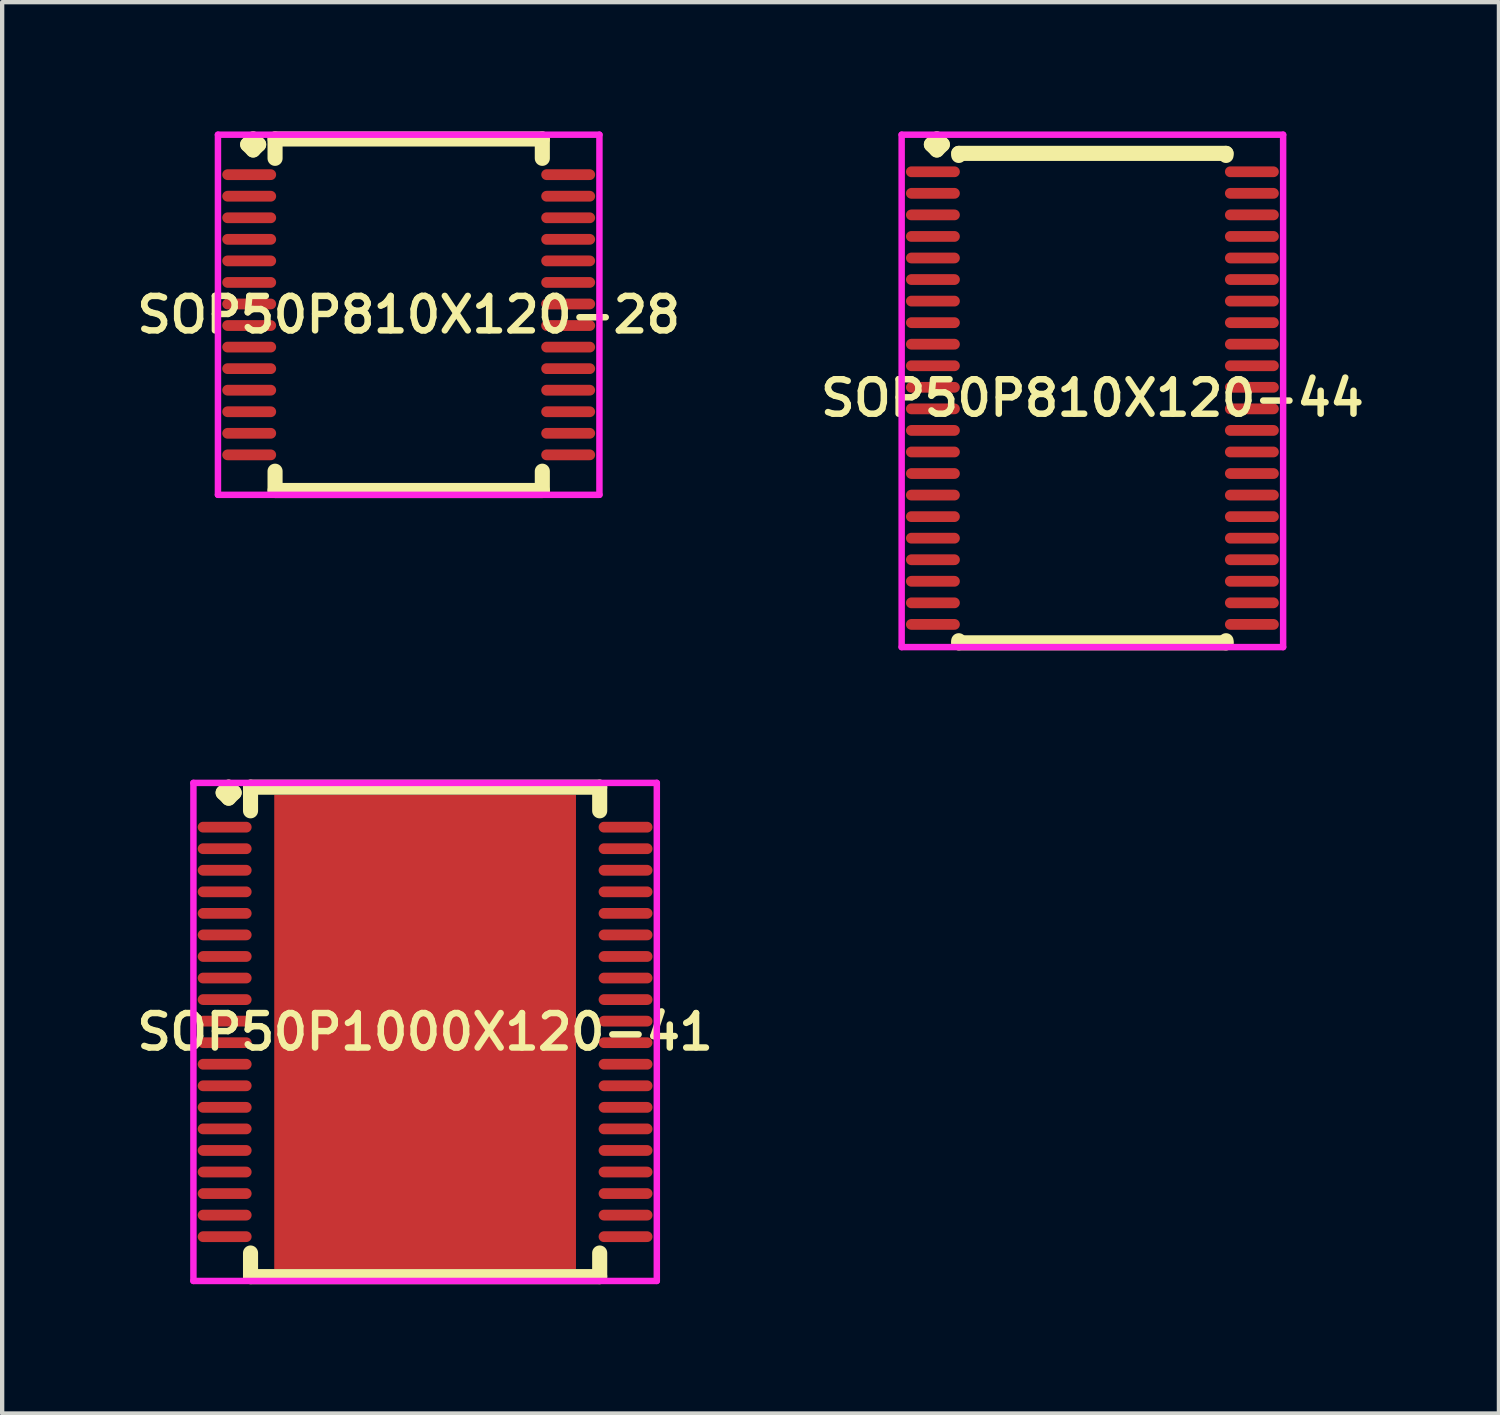
<source format=kicad_pcb>
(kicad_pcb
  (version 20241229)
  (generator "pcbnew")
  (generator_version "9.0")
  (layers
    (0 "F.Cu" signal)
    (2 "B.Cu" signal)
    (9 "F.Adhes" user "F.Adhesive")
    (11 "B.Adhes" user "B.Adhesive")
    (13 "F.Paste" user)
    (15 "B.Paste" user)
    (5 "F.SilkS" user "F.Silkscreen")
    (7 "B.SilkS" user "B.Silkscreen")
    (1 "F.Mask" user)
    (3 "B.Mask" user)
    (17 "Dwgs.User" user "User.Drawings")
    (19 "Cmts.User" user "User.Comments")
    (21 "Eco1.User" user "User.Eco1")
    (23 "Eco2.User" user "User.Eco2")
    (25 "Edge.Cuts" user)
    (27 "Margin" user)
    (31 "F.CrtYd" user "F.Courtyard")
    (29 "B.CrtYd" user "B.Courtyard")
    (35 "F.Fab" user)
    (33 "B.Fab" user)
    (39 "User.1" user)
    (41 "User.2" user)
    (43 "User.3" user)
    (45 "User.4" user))
  (footprint "SOP50P810X120-28"
    (layer "F.Cu")
    (at 6.431 4.252)
    (property "Reference" "SOP50P810X120-28" (at 0 0 0) (layer "F.SilkS") (effects (font (size 0.8 0.8) (thickness 0.15))))
    (attr smd)
    (fp_line (start -3.735 -3.95) (end -3.608 -4.077) (stroke (width 0.35) (type solid)) (layer "F.SilkS"))
    (fp_line (start -3.608 -4.077) (end -3.481 -3.95) (stroke (width 0.35) (type solid)) (layer "F.SilkS"))
    (fp_line (start -3.608 -3.823) (end -3.735 -3.95) (stroke (width 0.35) (type solid)) (layer "F.SilkS"))
    (fp_line (start -3.481 -3.95) (end -3.608 -3.823) (stroke (width 0.35) (type solid)) (layer "F.SilkS"))
    (fp_line (start -3.1 -4.077) (end 3.1 -4.077) (stroke (width 0.35) (type solid)) (layer "F.SilkS"))
    (fp_line (start -3.1 -3.629) (end -3.1 -4.077) (stroke (width 0.35) (type solid)) (layer "F.SilkS"))
    (fp_line (start -3.1 3.629) (end -3.1 4.077) (stroke (width 0.35) (type solid)) (layer "F.SilkS"))
    (fp_line (start -3.1 4.077) (end 3.1 4.077) (stroke (width 0.35) (type solid)) (layer "F.SilkS"))
    (fp_line (start 3.1 -4.077) (end 3.1 -3.629) (stroke (width 0.35) (type solid)) (layer "F.SilkS"))
    (fp_line (start 3.1 4.077) (end 3.1 3.629) (stroke (width 0.35) (type solid)) (layer "F.SilkS"))
    (fp_line (start -4.425 -4.177) (end 4.425 -4.177) (stroke (width 0.15) (type solid)) (layer "F.CrtYd"))
    (fp_line (start -4.425 4.177) (end -4.425 -4.177) (stroke (width 0.15) (type solid)) (layer "F.CrtYd"))
    (fp_line (start 4.425 -4.177) (end 4.425 4.177) (stroke (width 0.15) (type solid)) (layer "F.CrtYd"))
    (fp_line (start 4.425 4.177) (end -4.425 4.177) (stroke (width 0.15) (type solid)) (layer "F.CrtYd"))
    (pad "1" smd oval (at -3.7 -3.25) (size 1.25 0.25) (layers "F.Cu" "F.Mask" "F.Paste"))
    (pad "2" smd oval (at -3.7 -2.75) (size 1.25 0.25) (layers "F.Cu" "F.Mask" "F.Paste"))
    (pad "3" smd oval (at -3.7 -2.25) (size 1.25 0.25) (layers "F.Cu" "F.Mask" "F.Paste"))
    (pad "4" smd oval (at -3.7 -1.75) (size 1.25 0.25) (layers "F.Cu" "F.Mask" "F.Paste"))
    (pad "5" smd oval (at -3.7 -1.25) (size 1.25 0.25) (layers "F.Cu" "F.Mask" "F.Paste"))
    (pad "6" smd oval (at -3.7 -0.75) (size 1.25 0.25) (layers "F.Cu" "F.Mask" "F.Paste"))
    (pad "7" smd oval (at -3.7 -0.25) (size 1.25 0.25) (layers "F.Cu" "F.Mask" "F.Paste"))
    (pad "8" smd oval (at -3.7 0.25) (size 1.25 0.25) (layers "F.Cu" "F.Mask" "F.Paste"))
    (pad "9" smd oval (at -3.7 0.75) (size 1.25 0.25) (layers "F.Cu" "F.Mask" "F.Paste"))
    (pad "10" smd oval (at -3.7 1.25) (size 1.25 0.25) (layers "F.Cu" "F.Mask" "F.Paste"))
    (pad "11" smd oval (at -3.7 1.75) (size 1.25 0.25) (layers "F.Cu" "F.Mask" "F.Paste"))
    (pad "12" smd oval (at -3.7 2.25) (size 1.25 0.25) (layers "F.Cu" "F.Mask" "F.Paste"))
    (pad "13" smd oval (at -3.7 2.75) (size 1.25 0.25) (layers "F.Cu" "F.Mask" "F.Paste"))
    (pad "14" smd oval (at -3.7 3.25) (size 1.25 0.25) (layers "F.Cu" "F.Mask" "F.Paste"))
    (pad "15" smd oval (at 3.7 3.25) (size 1.25 0.25) (layers "F.Cu" "F.Mask" "F.Paste"))
    (pad "16" smd oval (at 3.7 2.75) (size 1.25 0.25) (layers "F.Cu" "F.Mask" "F.Paste"))
    (pad "17" smd oval (at 3.7 2.25) (size 1.25 0.25) (layers "F.Cu" "F.Mask" "F.Paste"))
    (pad "18" smd oval (at 3.7 1.75) (size 1.25 0.25) (layers "F.Cu" "F.Mask" "F.Paste"))
    (pad "19" smd oval (at 3.7 1.25) (size 1.25 0.25) (layers "F.Cu" "F.Mask" "F.Paste"))
    (pad "20" smd oval (at 3.7 0.75) (size 1.25 0.25) (layers "F.Cu" "F.Mask" "F.Paste"))
    (pad "21" smd oval (at 3.7 0.25) (size 1.25 0.25) (layers "F.Cu" "F.Mask" "F.Paste"))
    (pad "22" smd oval (at 3.7 -0.25) (size 1.25 0.25) (layers "F.Cu" "F.Mask" "F.Paste"))
    (pad "23" smd oval (at 3.7 -0.75) (size 1.25 0.25) (layers "F.Cu" "F.Mask" "F.Paste"))
    (pad "24" smd oval (at 3.7 -1.25) (size 1.25 0.25) (layers "F.Cu" "F.Mask" "F.Paste"))
    (pad "25" smd oval (at 3.7 -1.75) (size 1.25 0.25) (layers "F.Cu" "F.Mask" "F.Paste"))
    (pad "26" smd oval (at 3.7 -2.25) (size 1.25 0.25) (layers "F.Cu" "F.Mask" "F.Paste"))
    (pad "27" smd oval (at 3.7 -2.75) (size 1.25 0.25) (layers "F.Cu" "F.Mask" "F.Paste"))
    (pad "28" smd oval (at 3.7 -3.25) (size 1.25 0.25) (layers "F.Cu" "F.Mask" "F.Paste")))
  (footprint "SOP50P810X120-44"
    (layer "F.Cu")
    (at 22.292 6.185)
    (property "Reference" "SOP50P810X120-44" (at 0 0 0) (layer "F.SilkS") (effects (font (size 0.8 0.8) (thickness 0.15))))
    (attr smd)
    (fp_line (start -3.735 -5.883) (end -3.608 -6.01) (stroke (width 0.35) (type solid)) (layer "F.SilkS"))
    (fp_line (start -3.608 -6.01) (end -3.481 -5.883) (stroke (width 0.35) (type solid)) (layer "F.SilkS"))
    (fp_line (start -3.608 -5.756) (end -3.735 -5.883) (stroke (width 0.35) (type solid)) (layer "F.SilkS"))
    (fp_line (start -3.481 -5.883) (end -3.608 -5.756) (stroke (width 0.35) (type solid)) (layer "F.SilkS"))
    (fp_line (start -3.1 -5.677) (end 3.1 -5.677) (stroke (width 0.35) (type solid)) (layer "F.SilkS"))
    (fp_line (start -3.1 -5.629) (end -3.1 -5.677) (stroke (width 0.35) (type solid)) (layer "F.SilkS"))
    (fp_line (start -3.1 5.629) (end -3.1 5.677) (stroke (width 0.35) (type solid)) (layer "F.SilkS"))
    (fp_line (start -3.1 5.677) (end 3.1 5.677) (stroke (width 0.35) (type solid)) (layer "F.SilkS"))
    (fp_line (start 3.1 -5.677) (end 3.1 -5.629) (stroke (width 0.35) (type solid)) (layer "F.SilkS"))
    (fp_line (start 3.1 5.677) (end 3.1 5.629) (stroke (width 0.35) (type solid)) (layer "F.SilkS"))
    (fp_line (start -4.425 -6.11) (end 4.425 -6.11) (stroke (width 0.15) (type solid)) (layer "F.CrtYd"))
    (fp_line (start -4.425 5.777) (end -4.425 -6.11) (stroke (width 0.15) (type solid)) (layer "F.CrtYd"))
    (fp_line (start 4.425 -6.11) (end 4.425 5.777) (stroke (width 0.15) (type solid)) (layer "F.CrtYd"))
    (fp_line (start 4.425 5.777) (end -4.425 5.777) (stroke (width 0.15) (type solid)) (layer "F.CrtYd"))
    (pad "1" smd oval (at -3.7 -5.25) (size 1.25 0.25) (layers "F.Cu" "F.Mask" "F.Paste"))
    (pad "2" smd oval (at -3.7 -4.75) (size 1.25 0.25) (layers "F.Cu" "F.Mask" "F.Paste"))
    (pad "3" smd oval (at -3.7 -4.25) (size 1.25 0.25) (layers "F.Cu" "F.Mask" "F.Paste"))
    (pad "4" smd oval (at -3.7 -3.75) (size 1.25 0.25) (layers "F.Cu" "F.Mask" "F.Paste"))
    (pad "5" smd oval (at -3.7 -3.25) (size 1.25 0.25) (layers "F.Cu" "F.Mask" "F.Paste"))
    (pad "6" smd oval (at -3.7 -2.75) (size 1.25 0.25) (layers "F.Cu" "F.Mask" "F.Paste"))
    (pad "7" smd oval (at -3.7 -2.25) (size 1.25 0.25) (layers "F.Cu" "F.Mask" "F.Paste"))
    (pad "8" smd oval (at -3.7 -1.75) (size 1.25 0.25) (layers "F.Cu" "F.Mask" "F.Paste"))
    (pad "9" smd oval (at -3.7 -1.25) (size 1.25 0.25) (layers "F.Cu" "F.Mask" "F.Paste"))
    (pad "10" smd oval (at -3.7 -0.75) (size 1.25 0.25) (layers "F.Cu" "F.Mask" "F.Paste"))
    (pad "11" smd oval (at -3.7 -0.25) (size 1.25 0.25) (layers "F.Cu" "F.Mask" "F.Paste"))
    (pad "12" smd oval (at -3.7 0.25) (size 1.25 0.25) (layers "F.Cu" "F.Mask" "F.Paste"))
    (pad "13" smd oval (at -3.7 0.75) (size 1.25 0.25) (layers "F.Cu" "F.Mask" "F.Paste"))
    (pad "14" smd oval (at -3.7 1.25) (size 1.25 0.25) (layers "F.Cu" "F.Mask" "F.Paste"))
    (pad "15" smd oval (at -3.7 1.75) (size 1.25 0.25) (layers "F.Cu" "F.Mask" "F.Paste"))
    (pad "16" smd oval (at -3.7 2.25) (size 1.25 0.25) (layers "F.Cu" "F.Mask" "F.Paste"))
    (pad "17" smd oval (at -3.7 2.75) (size 1.25 0.25) (layers "F.Cu" "F.Mask" "F.Paste"))
    (pad "18" smd oval (at -3.7 3.25) (size 1.25 0.25) (layers "F.Cu" "F.Mask" "F.Paste"))
    (pad "19" smd oval (at -3.7 3.75) (size 1.25 0.25) (layers "F.Cu" "F.Mask" "F.Paste"))
    (pad "20" smd oval (at -3.7 4.25) (size 1.25 0.25) (layers "F.Cu" "F.Mask" "F.Paste"))
    (pad "21" smd oval (at -3.7 4.75) (size 1.25 0.25) (layers "F.Cu" "F.Mask" "F.Paste"))
    (pad "22" smd oval (at -3.7 5.25) (size 1.25 0.25) (layers "F.Cu" "F.Mask" "F.Paste"))
    (pad "23" smd oval (at 3.7 5.25) (size 1.25 0.25) (layers "F.Cu" "F.Mask" "F.Paste"))
    (pad "24" smd oval (at 3.7 4.75) (size 1.25 0.25) (layers "F.Cu" "F.Mask" "F.Paste"))
    (pad "25" smd oval (at 3.7 4.25) (size 1.25 0.25) (layers "F.Cu" "F.Mask" "F.Paste"))
    (pad "26" smd oval (at 3.7 3.75) (size 1.25 0.25) (layers "F.Cu" "F.Mask" "F.Paste"))
    (pad "27" smd oval (at 3.7 3.25) (size 1.25 0.25) (layers "F.Cu" "F.Mask" "F.Paste"))
    (pad "28" smd oval (at 3.7 2.75) (size 1.25 0.25) (layers "F.Cu" "F.Mask" "F.Paste"))
    (pad "29" smd oval (at 3.7 2.25) (size 1.25 0.25) (layers "F.Cu" "F.Mask" "F.Paste"))
    (pad "30" smd oval (at 3.7 1.75) (size 1.25 0.25) (layers "F.Cu" "F.Mask" "F.Paste"))
    (pad "31" smd oval (at 3.7 1.25) (size 1.25 0.25) (layers "F.Cu" "F.Mask" "F.Paste"))
    (pad "32" smd oval (at 3.7 0.75) (size 1.25 0.25) (layers "F.Cu" "F.Mask" "F.Paste"))
    (pad "33" smd oval (at 3.7 0.25) (size 1.25 0.25) (layers "F.Cu" "F.Mask" "F.Paste"))
    (pad "34" smd oval (at 3.7 -0.25) (size 1.25 0.25) (layers "F.Cu" "F.Mask" "F.Paste"))
    (pad "35" smd oval (at 3.7 -0.75) (size 1.25 0.25) (layers "F.Cu" "F.Mask" "F.Paste"))
    (pad "36" smd oval (at 3.7 -1.25) (size 1.25 0.25) (layers "F.Cu" "F.Mask" "F.Paste"))
    (pad "37" smd oval (at 3.7 -1.75) (size 1.25 0.25) (layers "F.Cu" "F.Mask" "F.Paste"))
    (pad "38" smd oval (at 3.7 -2.25) (size 1.25 0.25) (layers "F.Cu" "F.Mask" "F.Paste"))
    (pad "39" smd oval (at 3.7 -2.75) (size 1.25 0.25) (layers "F.Cu" "F.Mask" "F.Paste"))
    (pad "40" smd oval (at 3.7 -3.25) (size 1.25 0.25) (layers "F.Cu" "F.Mask" "F.Paste"))
    (pad "41" smd oval (at 3.7 -3.75) (size 1.25 0.25) (layers "F.Cu" "F.Mask" "F.Paste"))
    (pad "42" smd oval (at 3.7 -4.25) (size 1.25 0.25) (layers "F.Cu" "F.Mask" "F.Paste"))
    (pad "43" smd oval (at 3.7 -4.75) (size 1.25 0.25) (layers "F.Cu" "F.Mask" "F.Paste"))
    (pad "44" smd oval (at 3.7 -5.25) (size 1.25 0.25) (layers "F.Cu" "F.Mask" "F.Paste")))
  (footprint "SOP50P1000X120-41"
    (layer "F.Cu")
    (at 6.812 20.889)
    (property "Reference" "SOP50P1000X120-41" (at 0 0 0) (layer "F.SilkS") (effects (font (size 0.8 0.8) (thickness 0.15))))
    (attr through_hole)
    (fp_line (start -4.685 -5.55) (end -4.558 -5.677) (stroke (width 0.35) (type solid)) (layer "F.SilkS"))
    (fp_line (start -4.558 -5.677) (end -4.431 -5.55) (stroke (width 0.35) (type solid)) (layer "F.SilkS"))
    (fp_line (start -4.558 -5.423) (end -4.685 -5.55) (stroke (width 0.35) (type solid)) (layer "F.SilkS"))
    (fp_line (start -4.431 -5.55) (end -4.558 -5.423) (stroke (width 0.35) (type solid)) (layer "F.SilkS"))
    (fp_line (start -4.05 -5.677) (end 4.05 -5.677) (stroke (width 0.35) (type solid)) (layer "F.SilkS"))
    (fp_line (start -4.05 -5.129) (end -4.05 -5.677) (stroke (width 0.35) (type solid)) (layer "F.SilkS"))
    (fp_line (start -4.05 5.129) (end -4.05 5.677) (stroke (width 0.35) (type solid)) (layer "F.SilkS"))
    (fp_line (start -4.05 5.677) (end 4.05 5.677) (stroke (width 0.35) (type solid)) (layer "F.SilkS"))
    (fp_line (start 4.05 -5.677) (end 4.05 -5.129) (stroke (width 0.35) (type solid)) (layer "F.SilkS"))
    (fp_line (start 4.05 5.677) (end 4.05 5.129) (stroke (width 0.35) (type solid)) (layer "F.SilkS"))
    (fp_line (start -5.375 -5.777) (end 5.375 -5.777) (stroke (width 0.15) (type solid)) (layer "F.CrtYd"))
    (fp_line (start -5.375 5.777) (end -5.375 -5.777) (stroke (width 0.15) (type solid)) (layer "F.CrtYd"))
    (fp_line (start 5.375 -5.777) (end 5.375 5.777) (stroke (width 0.15) (type solid)) (layer "F.CrtYd"))
    (fp_line (start 5.375 5.777) (end -5.375 5.777) (stroke (width 0.15) (type solid)) (layer "F.CrtYd"))
    (pad "1" smd oval (at -4.65 -4.75) (size 1.25 0.25) (layers "F.Cu" "F.Mask" "F.Paste"))
    (pad "2" smd oval (at -4.65 -4.25) (size 1.25 0.25) (layers "F.Cu" "F.Mask" "F.Paste"))
    (pad "3" smd oval (at -4.65 -3.75) (size 1.25 0.25) (layers "F.Cu" "F.Mask" "F.Paste"))
    (pad "4" smd oval (at -4.65 -3.25) (size 1.25 0.25) (layers "F.Cu" "F.Mask" "F.Paste"))
    (pad "5" smd oval (at -4.65 -2.75) (size 1.25 0.25) (layers "F.Cu" "F.Mask" "F.Paste"))
    (pad "6" smd oval (at -4.65 -2.25) (size 1.25 0.25) (layers "F.Cu" "F.Mask" "F.Paste"))
    (pad "7" smd oval (at -4.65 -1.75) (size 1.25 0.25) (layers "F.Cu" "F.Mask" "F.Paste"))
    (pad "8" smd oval (at -4.65 -1.25) (size 1.25 0.25) (layers "F.Cu" "F.Mask" "F.Paste"))
    (pad "9" smd oval (at -4.65 -0.75) (size 1.25 0.25) (layers "F.Cu" "F.Mask" "F.Paste"))
    (pad "10" smd oval (at -4.65 -0.25) (size 1.25 0.25) (layers "F.Cu" "F.Mask" "F.Paste"))
    (pad "11" smd oval (at -4.65 0.25) (size 1.25 0.25) (layers "F.Cu" "F.Mask" "F.Paste"))
    (pad "12" smd oval (at -4.65 0.75) (size 1.25 0.25) (layers "F.Cu" "F.Mask" "F.Paste"))
    (pad "13" smd oval (at -4.65 1.25) (size 1.25 0.25) (layers "F.Cu" "F.Mask" "F.Paste"))
    (pad "14" smd oval (at -4.65 1.75) (size 1.25 0.25) (layers "F.Cu" "F.Mask" "F.Paste"))
    (pad "15" smd oval (at -4.65 2.25) (size 1.25 0.25) (layers "F.Cu" "F.Mask" "F.Paste"))
    (pad "16" smd oval (at -4.65 2.75) (size 1.25 0.25) (layers "F.Cu" "F.Mask" "F.Paste"))
    (pad "17" smd oval (at -4.65 3.25) (size 1.25 0.25) (layers "F.Cu" "F.Mask" "F.Paste"))
    (pad "18" smd oval (at -4.65 3.75) (size 1.25 0.25) (layers "F.Cu" "F.Mask" "F.Paste"))
    (pad "19" smd oval (at -4.65 4.25) (size 1.25 0.25) (layers "F.Cu" "F.Mask" "F.Paste"))
    (pad "20" smd oval (at -4.65 4.75) (size 1.25 0.25) (layers "F.Cu" "F.Mask" "F.Paste"))
    (pad "21" smd oval (at 4.65 4.75) (size 1.25 0.25) (layers "F.Cu" "F.Mask" "F.Paste"))
    (pad "22" smd oval (at 4.65 4.25) (size 1.25 0.25) (layers "F.Cu" "F.Mask" "F.Paste"))
    (pad "23" smd oval (at 4.65 3.75) (size 1.25 0.25) (layers "F.Cu" "F.Mask" "F.Paste"))
    (pad "24" smd oval (at 4.65 3.25) (size 1.25 0.25) (layers "F.Cu" "F.Mask" "F.Paste"))
    (pad "25" smd oval (at 4.65 2.75) (size 1.25 0.25) (layers "F.Cu" "F.Mask" "F.Paste"))
    (pad "26" smd oval (at 4.65 2.25) (size 1.25 0.25) (layers "F.Cu" "F.Mask" "F.Paste"))
    (pad "27" smd oval (at 4.65 1.75) (size 1.25 0.25) (layers "F.Cu" "F.Mask" "F.Paste"))
    (pad "28" smd oval (at 4.65 1.25) (size 1.25 0.25) (layers "F.Cu" "F.Mask" "F.Paste"))
    (pad "29" smd oval (at 4.65 0.75) (size 1.25 0.25) (layers "F.Cu" "F.Mask" "F.Paste"))
    (pad "30" smd oval (at 4.65 0.25) (size 1.25 0.25) (layers "F.Cu" "F.Mask" "F.Paste"))
    (pad "31" smd oval (at 4.65 -0.25) (size 1.25 0.25) (layers "F.Cu" "F.Mask" "F.Paste"))
    (pad "32" smd oval (at 4.65 -0.75) (size 1.25 0.25) (layers "F.Cu" "F.Mask" "F.Paste"))
    (pad "33" smd oval (at 4.65 -1.25) (size 1.25 0.25) (layers "F.Cu" "F.Mask" "F.Paste"))
    (pad "34" smd oval (at 4.65 -1.75) (size 1.25 0.25) (layers "F.Cu" "F.Mask" "F.Paste"))
    (pad "35" smd oval (at 4.65 -2.25) (size 1.25 0.25) (layers "F.Cu" "F.Mask" "F.Paste"))
    (pad "36" smd oval (at 4.65 -2.75) (size 1.25 0.25) (layers "F.Cu" "F.Mask" "F.Paste"))
    (pad "37" smd oval (at 4.65 -3.25) (size 1.25 0.25) (layers "F.Cu" "F.Mask" "F.Paste"))
    (pad "38" smd oval (at 4.65 -3.75) (size 1.25 0.25) (layers "F.Cu" "F.Mask" "F.Paste"))
    (pad "39" smd oval (at 4.65 -4.25) (size 1.25 0.25) (layers "F.Cu" "F.Mask" "F.Paste"))
    (pad "40" smd oval (at 4.65 -4.75) (size 1.25 0.25) (layers "F.Cu" "F.Mask" "F.Paste"))
    (pad "41" smd rect (at 0 0) (size 7 11) (layers "F.Cu" "F.Mask" "F.Paste")))
  (gr_rect
    (start -3 -3)
    (end 31.723 29.741)
    (stroke (width 0.1) (type default))
    (fill no)
    (layer "Edge.Cuts")))
</source>
